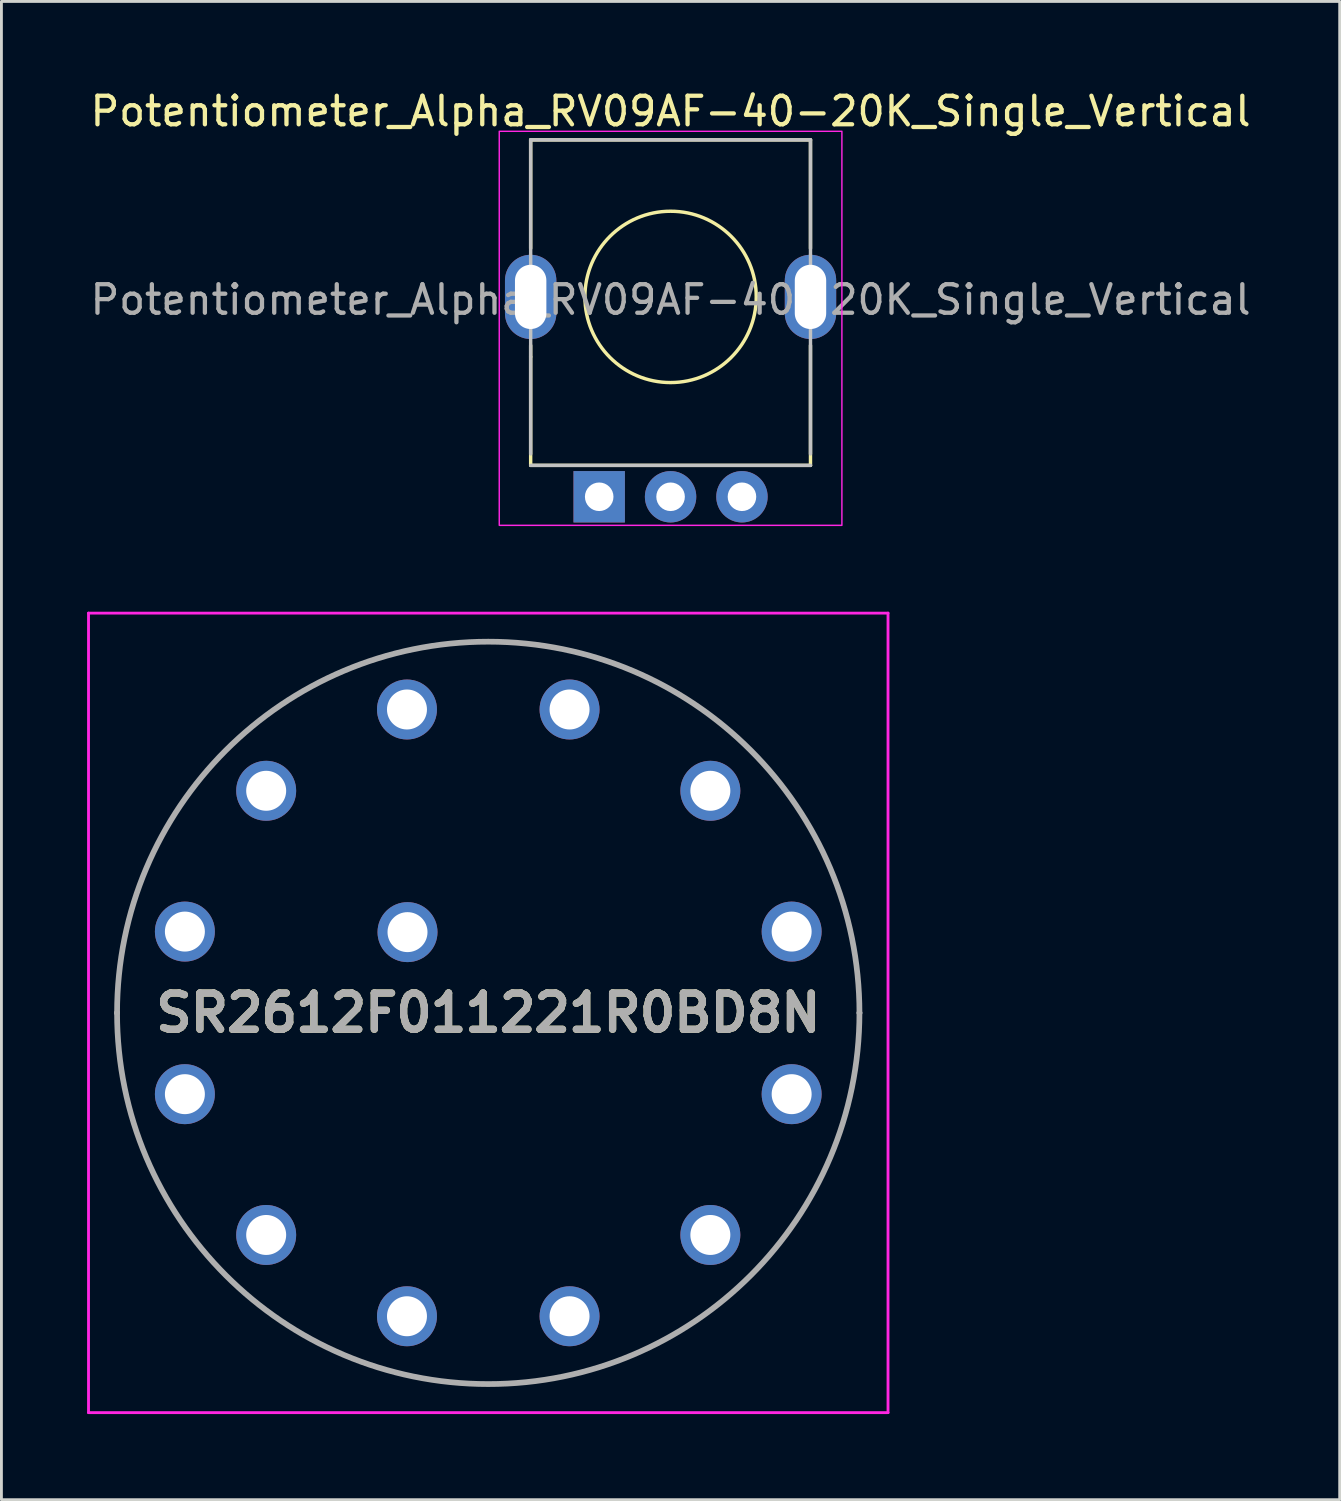
<source format=kicad_pcb>
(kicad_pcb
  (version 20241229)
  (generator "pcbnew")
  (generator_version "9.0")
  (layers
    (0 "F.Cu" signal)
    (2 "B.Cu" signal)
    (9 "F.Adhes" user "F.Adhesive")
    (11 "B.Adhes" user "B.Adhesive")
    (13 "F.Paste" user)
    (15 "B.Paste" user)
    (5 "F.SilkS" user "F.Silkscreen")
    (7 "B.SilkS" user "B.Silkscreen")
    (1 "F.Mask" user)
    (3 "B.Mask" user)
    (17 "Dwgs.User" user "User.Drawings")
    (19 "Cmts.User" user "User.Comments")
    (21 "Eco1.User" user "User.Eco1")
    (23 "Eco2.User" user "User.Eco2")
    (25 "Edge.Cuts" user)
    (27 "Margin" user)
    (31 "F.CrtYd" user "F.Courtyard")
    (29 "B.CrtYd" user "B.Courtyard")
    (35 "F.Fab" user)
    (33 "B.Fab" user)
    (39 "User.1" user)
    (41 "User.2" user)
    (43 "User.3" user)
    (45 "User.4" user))
  (footprint "SR2612F011221R0BD8N"
    (layer "F.Cu")
    (at 3.425 29.576)
    (property "Reference" "SR2612F011221R0BD8N" (at 10.625 2.847 0) (layer "F.SilkS") (effects (font (size 1.27 1.27) (thickness 0.254))))
    (attr through_hole)
    (fp_line (start -2.375 2.847) (end -2.375 2.847) (stroke (width 0.1) (type solid)) (layer "F.SilkS"))
    (fp_line (start 23.625 2.847) (end 23.625 2.847) (stroke (width 0.1) (type solid)) (layer "F.SilkS"))
    (fp_arc (start -2.375 2.847) (mid 10.625 -10.153) (end 23.625 2.847) (stroke (width 0.1) (type solid)) (layer "F.SilkS"))
    (fp_arc (start 23.625 2.847) (mid 10.625 15.847) (end -2.375 2.847) (stroke (width 0.1) (type solid)) (layer "F.SilkS"))
    (fp_line (start -3.375 -11.153) (end 24.625 -11.153) (stroke (width 0.1) (type solid)) (layer "F.CrtYd"))
    (fp_line (start -3.375 16.847) (end -3.375 -11.153) (stroke (width 0.1) (type solid)) (layer "F.CrtYd"))
    (fp_line (start 24.625 -11.153) (end 24.625 16.847) (stroke (width 0.1) (type solid)) (layer "F.CrtYd"))
    (fp_line (start 24.625 16.847) (end -3.375 16.847) (stroke (width 0.1) (type solid)) (layer "F.CrtYd"))
    (fp_line (start -2.375 2.847) (end -2.375 2.847) (stroke (width 0.2) (type solid)) (layer "F.Fab"))
    (fp_line (start 23.625 2.847) (end 23.625 2.847) (stroke (width 0.2) (type solid)) (layer "F.Fab"))
    (fp_arc (start -2.375 2.847) (mid 10.625 -10.153) (end 23.625 2.847) (stroke (width 0.2) (type solid)) (layer "F.Fab"))
    (fp_arc (start 23.625 2.847) (mid 10.625 15.847) (end -2.375 2.847) (stroke (width 0.2) (type solid)) (layer "F.Fab"))
    (fp_text user "${REFERENCE}" (at 10.625 2.847 0) (layer "F.Fab") (effects (font (size 1.27 1.27) (thickness 0.254))))
    (pad "1" thru_hole circle (at 0 0) (size 2.1 2.1) (drill 1.4) (layers "*.Cu" "*.Mask"))
    (pad "2" thru_hole circle (at 2.847 -4.931) (size 2.1 2.1) (drill 1.4) (layers "*.Cu" "*.Mask"))
    (pad "3" thru_hole circle (at 7.778 -7.778) (size 2.1 2.1) (drill 1.4) (layers "*.Cu" "*.Mask"))
    (pad "4" thru_hole circle (at 13.472 -7.778) (size 2.1 2.1) (drill 1.4) (layers "*.Cu" "*.Mask"))
    (pad "5" thru_hole circle (at 18.403 -4.931) (size 2.1 2.1) (drill 1.4) (layers "*.Cu" "*.Mask"))
    (pad "6" thru_hole circle (at 21.25 0) (size 2.1 2.1) (drill 1.4) (layers "*.Cu" "*.Mask"))
    (pad "7" thru_hole circle (at 21.25 5.694) (size 2.1 2.1) (drill 1.4) (layers "*.Cu" "*.Mask"))
    (pad "8" thru_hole circle (at 18.403 10.625) (size 2.1 2.1) (drill 1.4) (layers "*.Cu" "*.Mask"))
    (pad "9" thru_hole circle (at 13.472 13.472) (size 2.1 2.1) (drill 1.4) (layers "*.Cu" "*.Mask"))
    (pad "10" thru_hole circle (at 7.778 13.472) (size 2.1 2.1) (drill 1.4) (layers "*.Cu" "*.Mask"))
    (pad "11" thru_hole circle (at 2.847 10.625) (size 2.1 2.1) (drill 1.4) (layers "*.Cu" "*.Mask"))
    (pad "12" thru_hole circle (at 0 5.694) (size 2.1 2.1) (drill 1.4) (layers "*.Cu" "*.Mask"))
    (pad "A1" thru_hole circle (at 7.797 0.019) (size 2.1 2.1) (drill 1.4) (layers "*.Cu" "*.Mask")))
  (footprint "Potentiometer_Alpha_RV09AF-40-20K_Single_Vertical"
    (layer "F.Cu")
    (at 20.435 7.348)
    (property "Reference" "Potentiometer_Alpha_RV09AF-40-20K_Single_Vertical" (at 0 -6.5 0) (unlocked yes) (layer "F.SilkS") (effects (font (size 1 1) (thickness 0.15))))
    (attr through_hole)
    (fp_line (start -4.9 -5.5) (end -4.9 -1.7) (stroke (width 0.12) (type solid)) (layer "F.SilkS"))
    (fp_line (start -4.9 -5.5) (end 4.9 -5.5) (stroke (width 0.12) (type solid)) (layer "F.SilkS"))
    (fp_line (start -4.9 2.1) (end -4.9 1.7) (stroke (width 0.12) (type solid)) (layer "F.SilkS"))
    (fp_line (start -4.9 2.1) (end -4.9 5.9) (stroke (width 0.12) (type solid)) (layer "F.SilkS"))
    (fp_line (start -4.9 5.9) (end 4.9 5.9) (stroke (width 0.12) (type solid)) (layer "F.SilkS"))
    (fp_line (start 4.9 -5.5) (end 4.9 -1.7) (stroke (width 0.12) (type solid)) (layer "F.SilkS"))
    (fp_line (start 4.9 5.9) (end 4.9 1.7) (stroke (width 0.12) (type solid)) (layer "F.SilkS"))
    (fp_circle (center 0 0) (end 3 0) (stroke (width 0.12) (type solid)) (fill no) (layer "F.SilkS"))
    (fp_line (start -4.9 -5.5) (end -4.9 5.5) (stroke (width 0.12) (type solid)) (layer "Dwgs.User"))
    (fp_line (start -4.9 -5.5) (end 4.9 -5.5) (stroke (width 0.12) (type solid)) (layer "Dwgs.User"))
    (fp_line (start 4.9 -5.5) (end 4.9 5.5) (stroke (width 0.12) (type solid)) (layer "Dwgs.User"))
    (fp_line (start 4.9 5.9) (end -4.9 5.9) (stroke (width 0.12) (type solid)) (layer "Dwgs.User"))
    (fp_rect (start -6 -5.8) (end 6 8) (stroke (width 0.05) (type solid)) (fill no) (layer "F.CrtYd"))
    (fp_text user "${REFERENCE}" (at 0 0.1 0) (unlocked yes) (layer "F.Fab") (effects (font (size 1 1) (thickness 0.15))))
    (pad "" thru_hole oval (at -4.9 0) (size 1.8 2.95) (drill oval 1.1 2.25) (layers "*.Cu" "*.Mask"))
    (pad "" thru_hole oval (at 4.9 0) (size 1.8 2.95) (drill oval 1.1 2.25) (layers "*.Cu" "*.Mask"))
    (pad "1" thru_hole rect (at -2.5 7 90) (size 1.8 1.8) (drill 1) (layers "*.Cu" "*.Mask"))
    (pad "2" thru_hole circle (at 0 7 90) (size 1.8 1.8) (drill 1) (layers "*.Cu" "*.Mask"))
    (pad "3" thru_hole circle (at 2.5 7 90) (size 1.8 1.8) (drill 1) (layers "*.Cu" "*.Mask")))
  (gr_rect
    (start -3 -3)
    (end 43.869 49.473)
    (stroke (width 0.1) (type default))
    (fill no)
    (layer "Edge.Cuts")))
</source>
